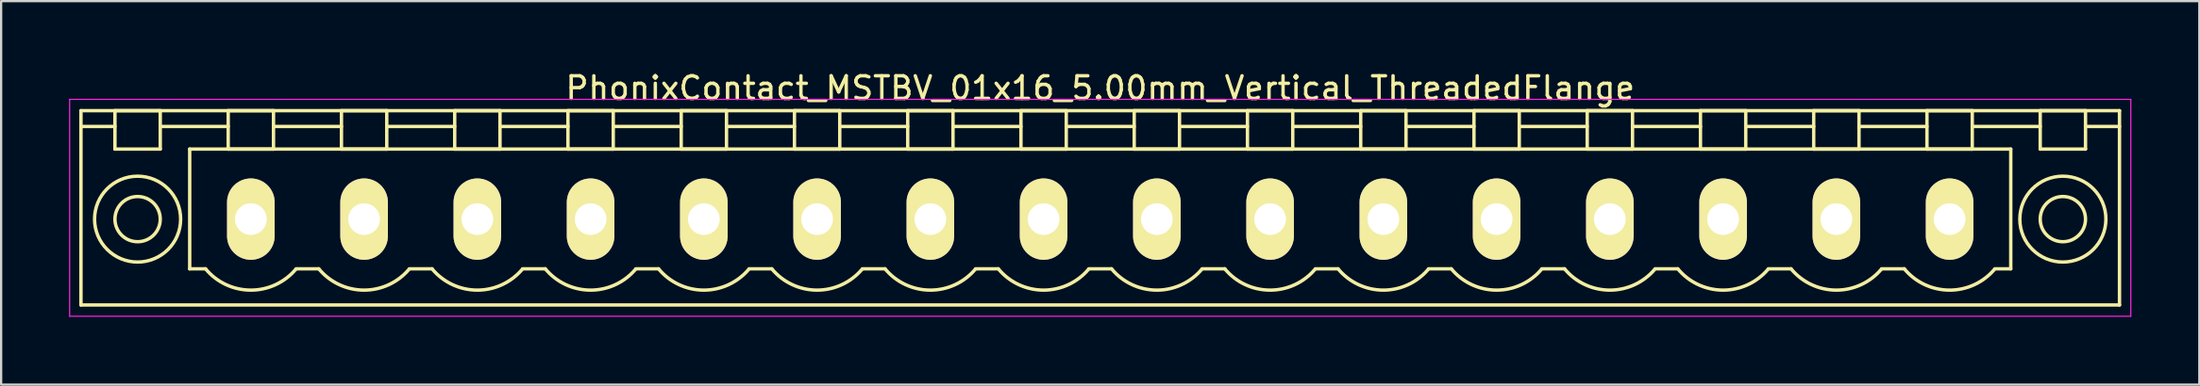
<source format=kicad_pcb>
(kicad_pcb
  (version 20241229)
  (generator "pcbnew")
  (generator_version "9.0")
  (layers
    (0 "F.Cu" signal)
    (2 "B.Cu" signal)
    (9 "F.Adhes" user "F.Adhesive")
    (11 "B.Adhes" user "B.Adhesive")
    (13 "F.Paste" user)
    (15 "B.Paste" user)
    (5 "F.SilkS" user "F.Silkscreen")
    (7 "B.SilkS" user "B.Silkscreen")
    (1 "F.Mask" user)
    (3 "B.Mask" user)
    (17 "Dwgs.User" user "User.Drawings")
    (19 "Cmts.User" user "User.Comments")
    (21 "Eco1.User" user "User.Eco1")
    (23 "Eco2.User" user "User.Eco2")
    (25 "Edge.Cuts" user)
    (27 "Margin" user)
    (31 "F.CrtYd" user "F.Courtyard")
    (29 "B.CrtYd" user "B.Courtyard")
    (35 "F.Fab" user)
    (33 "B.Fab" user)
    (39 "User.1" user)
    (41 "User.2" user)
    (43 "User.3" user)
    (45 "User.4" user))
  (footprint "PhonixContact_MSTBV_01x16_5.00mm_Vertical_ThreadedFlange"
    (layer "F.Cu")
    (at 8.025 6.648)
    (property "Reference" "PhonixContact_MSTBV_01x16_5.00mm_Vertical_ThreadedFlange" (at 37.5 -5.8 0) (layer "F.SilkS") (effects (font (size 1 1) (thickness 0.15))))
    (attr through_hole)
    (fp_line (start -7.5 -4.8) (end -7.5 3.8) (stroke (width 0.15) (type solid)) (layer "F.SilkS"))
    (fp_line (start -7.5 -4.1) (end -6 -4.1) (stroke (width 0.15) (type solid)) (layer "F.SilkS"))
    (fp_line (start -7.5 3.8) (end 82.5 3.8) (stroke (width 0.15) (type solid)) (layer "F.SilkS"))
    (fp_line (start -6 -4.8) (end -4 -4.8) (stroke (width 0.15) (type solid)) (layer "F.SilkS"))
    (fp_line (start -6 -3.1) (end -6 -4.8) (stroke (width 0.15) (type solid)) (layer "F.SilkS"))
    (fp_line (start -4 -4.8) (end -4 -3.1) (stroke (width 0.15) (type solid)) (layer "F.SilkS"))
    (fp_line (start -4 -4.1) (end -1 -4.1) (stroke (width 0.15) (type solid)) (layer "F.SilkS"))
    (fp_line (start -4 -3.1) (end -6 -3.1) (stroke (width 0.15) (type solid)) (layer "F.SilkS"))
    (fp_line (start -2.7 -3.1) (end 77.7 -3.1) (stroke (width 0.15) (type solid)) (layer "F.SilkS"))
    (fp_line (start -2.7 2.2) (end -2.7 -3.1) (stroke (width 0.15) (type solid)) (layer "F.SilkS"))
    (fp_line (start -2 2.2) (end -2.7 2.2) (stroke (width 0.15) (type solid)) (layer "F.SilkS"))
    (fp_line (start -1 -4.8) (end 1 -4.8) (stroke (width 0.15) (type solid)) (layer "F.SilkS"))
    (fp_line (start -1 -3.1) (end -1 -4.8) (stroke (width 0.15) (type solid)) (layer "F.SilkS"))
    (fp_line (start 1 -4.8) (end 1 -3.1) (stroke (width 0.15) (type solid)) (layer "F.SilkS"))
    (fp_line (start 1 -4.1) (end 4 -4.1) (stroke (width 0.15) (type solid)) (layer "F.SilkS"))
    (fp_line (start 1 -3.1) (end -1 -3.1) (stroke (width 0.15) (type solid)) (layer "F.SilkS"))
    (fp_line (start 2 2.2) (end 3 2.2) (stroke (width 0.15) (type solid)) (layer "F.SilkS"))
    (fp_line (start 4 -4.8) (end 6 -4.8) (stroke (width 0.15) (type solid)) (layer "F.SilkS"))
    (fp_line (start 4 -3.1) (end 4 -4.8) (stroke (width 0.15) (type solid)) (layer "F.SilkS"))
    (fp_line (start 6 -4.8) (end 6 -3.1) (stroke (width 0.15) (type solid)) (layer "F.SilkS"))
    (fp_line (start 6 -4.1) (end 9 -4.1) (stroke (width 0.15) (type solid)) (layer "F.SilkS"))
    (fp_line (start 6 -3.1) (end 4 -3.1) (stroke (width 0.15) (type solid)) (layer "F.SilkS"))
    (fp_line (start 7 2.2) (end 8 2.2) (stroke (width 0.15) (type solid)) (layer "F.SilkS"))
    (fp_line (start 9 -4.8) (end 11 -4.8) (stroke (width 0.15) (type solid)) (layer "F.SilkS"))
    (fp_line (start 9 -3.1) (end 9 -4.8) (stroke (width 0.15) (type solid)) (layer "F.SilkS"))
    (fp_line (start 11 -4.8) (end 11 -3.1) (stroke (width 0.15) (type solid)) (layer "F.SilkS"))
    (fp_line (start 11 -4.1) (end 14 -4.1) (stroke (width 0.15) (type solid)) (layer "F.SilkS"))
    (fp_line (start 11 -3.1) (end 9 -3.1) (stroke (width 0.15) (type solid)) (layer "F.SilkS"))
    (fp_line (start 12 2.2) (end 13 2.2) (stroke (width 0.15) (type solid)) (layer "F.SilkS"))
    (fp_line (start 14 -4.8) (end 16 -4.8) (stroke (width 0.15) (type solid)) (layer "F.SilkS"))
    (fp_line (start 14 -3.1) (end 14 -4.8) (stroke (width 0.15) (type solid)) (layer "F.SilkS"))
    (fp_line (start 16 -4.8) (end 16 -3.1) (stroke (width 0.15) (type solid)) (layer "F.SilkS"))
    (fp_line (start 16 -4.1) (end 19 -4.1) (stroke (width 0.15) (type solid)) (layer "F.SilkS"))
    (fp_line (start 16 -3.1) (end 14 -3.1) (stroke (width 0.15) (type solid)) (layer "F.SilkS"))
    (fp_line (start 17 2.2) (end 18 2.2) (stroke (width 0.15) (type solid)) (layer "F.SilkS"))
    (fp_line (start 19 -4.8) (end 21 -4.8) (stroke (width 0.15) (type solid)) (layer "F.SilkS"))
    (fp_line (start 19 -3.1) (end 19 -4.8) (stroke (width 0.15) (type solid)) (layer "F.SilkS"))
    (fp_line (start 21 -4.8) (end 21 -3.1) (stroke (width 0.15) (type solid)) (layer "F.SilkS"))
    (fp_line (start 21 -4.1) (end 24 -4.1) (stroke (width 0.15) (type solid)) (layer "F.SilkS"))
    (fp_line (start 21 -3.1) (end 19 -3.1) (stroke (width 0.15) (type solid)) (layer "F.SilkS"))
    (fp_line (start 22 2.2) (end 23 2.2) (stroke (width 0.15) (type solid)) (layer "F.SilkS"))
    (fp_line (start 24 -4.8) (end 26 -4.8) (stroke (width 0.15) (type solid)) (layer "F.SilkS"))
    (fp_line (start 24 -3.1) (end 24 -4.8) (stroke (width 0.15) (type solid)) (layer "F.SilkS"))
    (fp_line (start 26 -4.8) (end 26 -3.1) (stroke (width 0.15) (type solid)) (layer "F.SilkS"))
    (fp_line (start 26 -4.1) (end 29 -4.1) (stroke (width 0.15) (type solid)) (layer "F.SilkS"))
    (fp_line (start 26 -3.1) (end 24 -3.1) (stroke (width 0.15) (type solid)) (layer "F.SilkS"))
    (fp_line (start 27 2.2) (end 28 2.2) (stroke (width 0.15) (type solid)) (layer "F.SilkS"))
    (fp_line (start 29 -4.8) (end 31 -4.8) (stroke (width 0.15) (type solid)) (layer "F.SilkS"))
    (fp_line (start 29 -3.1) (end 29 -4.8) (stroke (width 0.15) (type solid)) (layer "F.SilkS"))
    (fp_line (start 31 -4.8) (end 31 -3.1) (stroke (width 0.15) (type solid)) (layer "F.SilkS"))
    (fp_line (start 31 -4.1) (end 34 -4.1) (stroke (width 0.15) (type solid)) (layer "F.SilkS"))
    (fp_line (start 31 -3.1) (end 29 -3.1) (stroke (width 0.15) (type solid)) (layer "F.SilkS"))
    (fp_line (start 32 2.2) (end 33 2.2) (stroke (width 0.15) (type solid)) (layer "F.SilkS"))
    (fp_line (start 34 -4.8) (end 36 -4.8) (stroke (width 0.15) (type solid)) (layer "F.SilkS"))
    (fp_line (start 34 -3.1) (end 34 -4.8) (stroke (width 0.15) (type solid)) (layer "F.SilkS"))
    (fp_line (start 36 -4.8) (end 36 -3.1) (stroke (width 0.15) (type solid)) (layer "F.SilkS"))
    (fp_line (start 36 -4.1) (end 39 -4.1) (stroke (width 0.15) (type solid)) (layer "F.SilkS"))
    (fp_line (start 36 -3.1) (end 34 -3.1) (stroke (width 0.15) (type solid)) (layer "F.SilkS"))
    (fp_line (start 37 2.2) (end 38 2.2) (stroke (width 0.15) (type solid)) (layer "F.SilkS"))
    (fp_line (start 39 -4.8) (end 41 -4.8) (stroke (width 0.15) (type solid)) (layer "F.SilkS"))
    (fp_line (start 39 -3.1) (end 39 -4.8) (stroke (width 0.15) (type solid)) (layer "F.SilkS"))
    (fp_line (start 41 -4.8) (end 41 -3.1) (stroke (width 0.15) (type solid)) (layer "F.SilkS"))
    (fp_line (start 41 -4.1) (end 44 -4.1) (stroke (width 0.15) (type solid)) (layer "F.SilkS"))
    (fp_line (start 41 -3.1) (end 39 -3.1) (stroke (width 0.15) (type solid)) (layer "F.SilkS"))
    (fp_line (start 42 2.2) (end 43 2.2) (stroke (width 0.15) (type solid)) (layer "F.SilkS"))
    (fp_line (start 44 -4.8) (end 46 -4.8) (stroke (width 0.15) (type solid)) (layer "F.SilkS"))
    (fp_line (start 44 -3.1) (end 44 -4.8) (stroke (width 0.15) (type solid)) (layer "F.SilkS"))
    (fp_line (start 46 -4.8) (end 46 -3.1) (stroke (width 0.15) (type solid)) (layer "F.SilkS"))
    (fp_line (start 46 -4.1) (end 49 -4.1) (stroke (width 0.15) (type solid)) (layer "F.SilkS"))
    (fp_line (start 46 -3.1) (end 44 -3.1) (stroke (width 0.15) (type solid)) (layer "F.SilkS"))
    (fp_line (start 47 2.2) (end 48 2.2) (stroke (width 0.15) (type solid)) (layer "F.SilkS"))
    (fp_line (start 49 -4.8) (end 51 -4.8) (stroke (width 0.15) (type solid)) (layer "F.SilkS"))
    (fp_line (start 49 -3.1) (end 49 -4.8) (stroke (width 0.15) (type solid)) (layer "F.SilkS"))
    (fp_line (start 51 -4.8) (end 51 -3.1) (stroke (width 0.15) (type solid)) (layer "F.SilkS"))
    (fp_line (start 51 -4.1) (end 54 -4.1) (stroke (width 0.15) (type solid)) (layer "F.SilkS"))
    (fp_line (start 51 -3.1) (end 49 -3.1) (stroke (width 0.15) (type solid)) (layer "F.SilkS"))
    (fp_line (start 52 2.2) (end 53 2.2) (stroke (width 0.15) (type solid)) (layer "F.SilkS"))
    (fp_line (start 54 -4.8) (end 56 -4.8) (stroke (width 0.15) (type solid)) (layer "F.SilkS"))
    (fp_line (start 54 -3.1) (end 54 -4.8) (stroke (width 0.15) (type solid)) (layer "F.SilkS"))
    (fp_line (start 56 -4.8) (end 56 -3.1) (stroke (width 0.15) (type solid)) (layer "F.SilkS"))
    (fp_line (start 56 -4.1) (end 59 -4.1) (stroke (width 0.15) (type solid)) (layer "F.SilkS"))
    (fp_line (start 56 -3.1) (end 54 -3.1) (stroke (width 0.15) (type solid)) (layer "F.SilkS"))
    (fp_line (start 57 2.2) (end 58 2.2) (stroke (width 0.15) (type solid)) (layer "F.SilkS"))
    (fp_line (start 59 -4.8) (end 61 -4.8) (stroke (width 0.15) (type solid)) (layer "F.SilkS"))
    (fp_line (start 59 -3.1) (end 59 -4.8) (stroke (width 0.15) (type solid)) (layer "F.SilkS"))
    (fp_line (start 61 -4.8) (end 61 -3.1) (stroke (width 0.15) (type solid)) (layer "F.SilkS"))
    (fp_line (start 61 -4.1) (end 64 -4.1) (stroke (width 0.15) (type solid)) (layer "F.SilkS"))
    (fp_line (start 61 -3.1) (end 59 -3.1) (stroke (width 0.15) (type solid)) (layer "F.SilkS"))
    (fp_line (start 62 2.2) (end 63 2.2) (stroke (width 0.15) (type solid)) (layer "F.SilkS"))
    (fp_line (start 64 -4.8) (end 66 -4.8) (stroke (width 0.15) (type solid)) (layer "F.SilkS"))
    (fp_line (start 64 -3.1) (end 64 -4.8) (stroke (width 0.15) (type solid)) (layer "F.SilkS"))
    (fp_line (start 66 -4.8) (end 66 -3.1) (stroke (width 0.15) (type solid)) (layer "F.SilkS"))
    (fp_line (start 66 -4.1) (end 69 -4.1) (stroke (width 0.15) (type solid)) (layer "F.SilkS"))
    (fp_line (start 66 -3.1) (end 64 -3.1) (stroke (width 0.15) (type solid)) (layer "F.SilkS"))
    (fp_line (start 67 2.2) (end 68 2.2) (stroke (width 0.15) (type solid)) (layer "F.SilkS"))
    (fp_line (start 69 -4.8) (end 71 -4.8) (stroke (width 0.15) (type solid)) (layer "F.SilkS"))
    (fp_line (start 69 -3.1) (end 69 -4.8) (stroke (width 0.15) (type solid)) (layer "F.SilkS"))
    (fp_line (start 71 -4.8) (end 71 -3.1) (stroke (width 0.15) (type solid)) (layer "F.SilkS"))
    (fp_line (start 71 -4.1) (end 74 -4.1) (stroke (width 0.15) (type solid)) (layer "F.SilkS"))
    (fp_line (start 71 -3.1) (end 69 -3.1) (stroke (width 0.15) (type solid)) (layer "F.SilkS"))
    (fp_line (start 72 2.2) (end 73 2.2) (stroke (width 0.15) (type solid)) (layer "F.SilkS"))
    (fp_line (start 74 -4.8) (end 76 -4.8) (stroke (width 0.15) (type solid)) (layer "F.SilkS"))
    (fp_line (start 74 -3.1) (end 74 -4.8) (stroke (width 0.15) (type solid)) (layer "F.SilkS"))
    (fp_line (start 76 -4.8) (end 76 -3.1) (stroke (width 0.15) (type solid)) (layer "F.SilkS"))
    (fp_line (start 76 -4.1) (end 79 -4.1) (stroke (width 0.15) (type solid)) (layer "F.SilkS"))
    (fp_line (start 76 -3.1) (end 74 -3.1) (stroke (width 0.15) (type solid)) (layer "F.SilkS"))
    (fp_line (start 77.7 -3.1) (end 77.7 2.2) (stroke (width 0.15) (type solid)) (layer "F.SilkS"))
    (fp_line (start 77.7 2.2) (end 77 2.2) (stroke (width 0.15) (type solid)) (layer "F.SilkS"))
    (fp_line (start 79 -4.8) (end 81 -4.8) (stroke (width 0.15) (type solid)) (layer "F.SilkS"))
    (fp_line (start 79 -3.1) (end 79 -4.8) (stroke (width 0.15) (type solid)) (layer "F.SilkS"))
    (fp_line (start 81 -4.8) (end 81 -3.1) (stroke (width 0.15) (type solid)) (layer "F.SilkS"))
    (fp_line (start 81 -3.1) (end 79 -3.1) (stroke (width 0.15) (type solid)) (layer "F.SilkS"))
    (fp_line (start 82.5 -4.8) (end -7.5 -4.8) (stroke (width 0.15) (type solid)) (layer "F.SilkS"))
    (fp_line (start 82.5 -4.1) (end 81 -4.1) (stroke (width 0.15) (type solid)) (layer "F.SilkS"))
    (fp_line (start 82.5 3.8) (end 82.5 -4.8) (stroke (width 0.15) (type solid)) (layer "F.SilkS"))
    (fp_arc (start 1.986842 2.215821) (mid -0.010289 3.142758) (end -2 2.2) (stroke (width 0.15) (type solid)) (layer "F.SilkS"))
    (fp_arc (start 6.986842 2.215821) (mid 4.989711 3.142758) (end 3 2.2) (stroke (width 0.15) (type solid)) (layer "F.SilkS"))
    (fp_arc (start 11.986842 2.215821) (mid 9.989711 3.142758) (end 8 2.2) (stroke (width 0.15) (type solid)) (layer "F.SilkS"))
    (fp_arc (start 16.986842 2.215821) (mid 14.989711 3.142758) (end 13 2.2) (stroke (width 0.15) (type solid)) (layer "F.SilkS"))
    (fp_arc (start 21.986842 2.215821) (mid 19.989711 3.142758) (end 18 2.2) (stroke (width 0.15) (type solid)) (layer "F.SilkS"))
    (fp_arc (start 26.986842 2.215821) (mid 24.989711 3.142758) (end 23 2.2) (stroke (width 0.15) (type solid)) (layer "F.SilkS"))
    (fp_arc (start 31.986842 2.215821) (mid 29.989711 3.142758) (end 28 2.2) (stroke (width 0.15) (type solid)) (layer "F.SilkS"))
    (fp_arc (start 36.986842 2.215821) (mid 34.989711 3.142758) (end 33 2.2) (stroke (width 0.15) (type solid)) (layer "F.SilkS"))
    (fp_arc (start 41.986842 2.215821) (mid 39.989711 3.142758) (end 38 2.2) (stroke (width 0.15) (type solid)) (layer "F.SilkS"))
    (fp_arc (start 46.986842 2.215821) (mid 44.989711 3.142758) (end 43 2.2) (stroke (width 0.15) (type solid)) (layer "F.SilkS"))
    (fp_arc (start 51.986842 2.215821) (mid 49.989711 3.142758) (end 48 2.2) (stroke (width 0.15) (type solid)) (layer "F.SilkS"))
    (fp_arc (start 56.986842 2.215821) (mid 54.989711 3.142758) (end 53 2.2) (stroke (width 0.15) (type solid)) (layer "F.SilkS"))
    (fp_arc (start 61.986842 2.215821) (mid 59.989711 3.142758) (end 58 2.2) (stroke (width 0.15) (type solid)) (layer "F.SilkS"))
    (fp_arc (start 66.986842 2.215821) (mid 64.989711 3.142758) (end 63 2.2) (stroke (width 0.15) (type solid)) (layer "F.SilkS"))
    (fp_arc (start 71.986842 2.215821) (mid 69.989711 3.142758) (end 68 2.2) (stroke (width 0.15) (type solid)) (layer "F.SilkS"))
    (fp_arc (start 76.986842 2.215821) (mid 74.989711 3.142758) (end 73 2.2) (stroke (width 0.15) (type solid)) (layer "F.SilkS"))
    (fp_circle (center -5 0) (end -4 0) (stroke (width 0.15) (type solid)) (fill no) (layer "F.SilkS"))
    (fp_circle (center -5 0) (end -3.1 0) (stroke (width 0.15) (type solid)) (fill no) (layer "F.SilkS"))
    (fp_circle (center 80 0) (end 81 0) (stroke (width 0.15) (type solid)) (fill no) (layer "F.SilkS"))
    (fp_circle (center 80 0) (end 81.9 0) (stroke (width 0.15) (type solid)) (fill no) (layer "F.SilkS"))
    (fp_line (start -8 -5.3) (end -8 4.3) (stroke (width 0.05) (type solid)) (layer "F.CrtYd"))
    (fp_line (start -8 4.3) (end 83 4.3) (stroke (width 0.05) (type solid)) (layer "F.CrtYd"))
    (fp_line (start 83 -5.3) (end -8 -5.3) (stroke (width 0.05) (type solid)) (layer "F.CrtYd"))
    (fp_line (start 83 4.3) (end 83 -5.3) (stroke (width 0.05) (type solid)) (layer "F.CrtYd"))
    (pad "1" thru_hole oval (at 0 0) (size 2.1 3.6) (drill 1.4) (layers "*.Cu" "*.Mask" "F.SilkS"))
    (pad "2" thru_hole oval (at 5 0) (size 2.1 3.6) (drill 1.4) (layers "*.Cu" "*.Mask" "F.SilkS"))
    (pad "3" thru_hole oval (at 10 0) (size 2.1 3.6) (drill 1.4) (layers "*.Cu" "*.Mask" "F.SilkS"))
    (pad "4" thru_hole oval (at 15 0) (size 2.1 3.6) (drill 1.4) (layers "*.Cu" "*.Mask" "F.SilkS"))
    (pad "5" thru_hole oval (at 20 0) (size 2.1 3.6) (drill 1.4) (layers "*.Cu" "*.Mask" "F.SilkS"))
    (pad "6" thru_hole oval (at 25 0) (size 2.1 3.6) (drill 1.4) (layers "*.Cu" "*.Mask" "F.SilkS"))
    (pad "7" thru_hole oval (at 30 0) (size 2.1 3.6) (drill 1.4) (layers "*.Cu" "*.Mask" "F.SilkS"))
    (pad "8" thru_hole oval (at 35 0) (size 2.1 3.6) (drill 1.4) (layers "*.Cu" "*.Mask" "F.SilkS"))
    (pad "9" thru_hole oval (at 40 0) (size 2.1 3.6) (drill 1.4) (layers "*.Cu" "*.Mask" "F.SilkS"))
    (pad "10" thru_hole oval (at 45 0) (size 2.1 3.6) (drill 1.4) (layers "*.Cu" "*.Mask" "F.SilkS"))
    (pad "11" thru_hole oval (at 50 0) (size 2.1 3.6) (drill 1.4) (layers "*.Cu" "*.Mask" "F.SilkS"))
    (pad "12" thru_hole oval (at 55 0) (size 2.1 3.6) (drill 1.4) (layers "*.Cu" "*.Mask" "F.SilkS"))
    (pad "13" thru_hole oval (at 60 0) (size 2.1 3.6) (drill 1.4) (layers "*.Cu" "*.Mask" "F.SilkS"))
    (pad "14" thru_hole oval (at 65 0) (size 2.1 3.6) (drill 1.4) (layers "*.Cu" "*.Mask" "F.SilkS"))
    (pad "15" thru_hole oval (at 70 0) (size 2.1 3.6) (drill 1.4) (layers "*.Cu" "*.Mask" "F.SilkS"))
    (pad "16" thru_hole oval (at 75 0) (size 2.1 3.6) (drill 1.4) (layers "*.Cu" "*.Mask" "F.SilkS")))
  (gr_rect
    (start -3 -3)
    (end 94.05 13.973)
    (stroke (width 0.1) (type default))
    (fill no)
    (layer "Edge.Cuts")))
</source>
